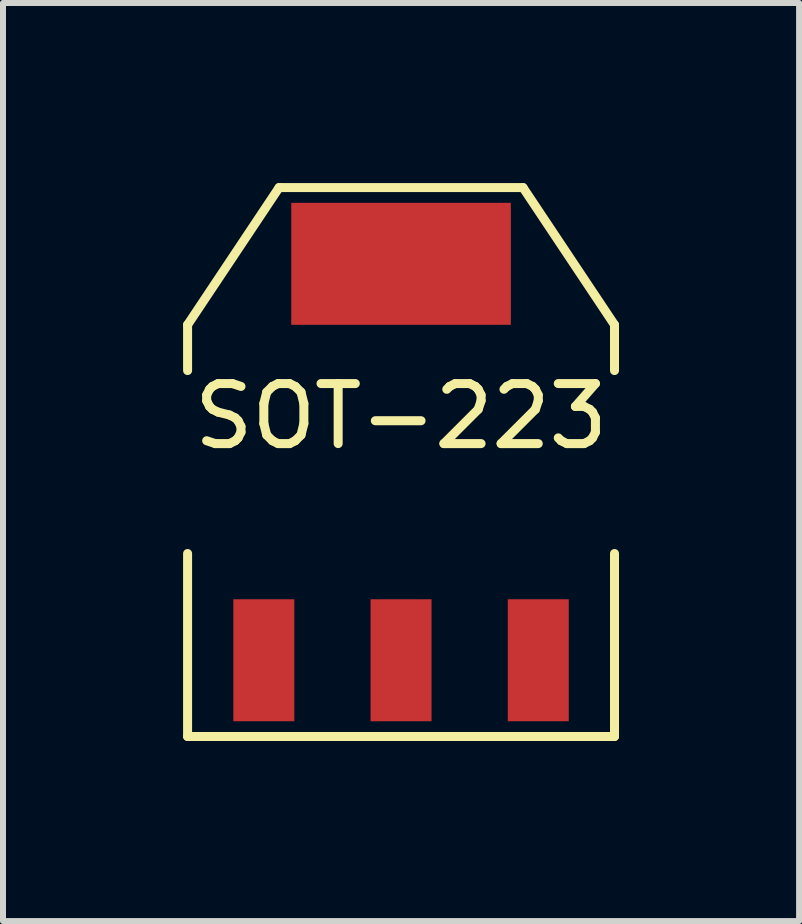
<source format=kicad_pcb>
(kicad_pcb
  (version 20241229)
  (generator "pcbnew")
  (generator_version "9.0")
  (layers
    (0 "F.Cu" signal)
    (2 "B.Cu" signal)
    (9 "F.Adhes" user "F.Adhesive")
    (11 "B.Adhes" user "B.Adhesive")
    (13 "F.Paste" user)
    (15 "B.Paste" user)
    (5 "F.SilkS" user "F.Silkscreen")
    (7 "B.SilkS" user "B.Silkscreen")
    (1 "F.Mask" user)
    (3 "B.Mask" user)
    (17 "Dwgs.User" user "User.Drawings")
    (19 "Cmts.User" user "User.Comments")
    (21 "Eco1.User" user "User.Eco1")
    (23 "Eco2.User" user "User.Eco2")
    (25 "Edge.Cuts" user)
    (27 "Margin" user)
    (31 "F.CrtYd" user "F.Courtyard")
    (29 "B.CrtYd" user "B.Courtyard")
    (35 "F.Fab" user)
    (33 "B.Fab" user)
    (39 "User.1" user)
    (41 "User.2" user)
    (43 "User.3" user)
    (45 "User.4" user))
  (footprint "SOT-223"
    (layer "F.Cu")
    (at 3.631 4.647)
    (property "Reference" "SOT-223" (at 0 -0.762 0) (layer "F.SilkS") (effects (font (size 1 1) (thickness 0.15))))
    (attr smd)
    (fp_line (start -3.556 -2.286) (end -2.032 -4.572) (stroke (width 0.15) (type solid)) (layer "F.SilkS"))
    (fp_line (start -3.556 -1.524) (end -3.556 -2.286) (stroke (width 0.15) (type solid)) (layer "F.SilkS"))
    (fp_line (start -3.556 1.524) (end -3.556 4.572) (stroke (width 0.15) (type solid)) (layer "F.SilkS"))
    (fp_line (start -3.556 4.572) (end 3.556 4.572) (stroke (width 0.15) (type solid)) (layer "F.SilkS"))
    (fp_line (start -2.032 -4.572) (end 2.032 -4.572) (stroke (width 0.15) (type solid)) (layer "F.SilkS"))
    (fp_line (start 2.032 -4.572) (end 3.556 -2.286) (stroke (width 0.15) (type solid)) (layer "F.SilkS"))
    (fp_line (start 3.556 -2.286) (end 3.556 -1.524) (stroke (width 0.15) (type solid)) (layer "F.SilkS"))
    (fp_line (start 3.556 4.572) (end 3.556 1.524) (stroke (width 0.15) (type solid)) (layer "F.SilkS"))
    (pad "1" smd rect (at 0 3.302) (size 1.016 2.032) (layers "F.Cu" "F.Mask" "F.Paste"))
    (pad "2" smd rect (at -2.286 3.302) (size 1.016 2.032) (layers "F.Cu" "F.Mask" "F.Paste"))
    (pad "3" smd rect (at 2.286 3.302) (size 1.016 2.032) (layers "F.Cu" "F.Mask" "F.Paste"))
    (pad "4" smd rect (at 0 -3.302) (size 3.658 2.032) (layers "F.Cu" "F.Mask" "F.Paste")))
  (gr_rect
    (start -3 -3)
    (end 10.262 12.294)
    (stroke (width 0.1) (type default))
    (fill no)
    (layer "Edge.Cuts")))
</source>
